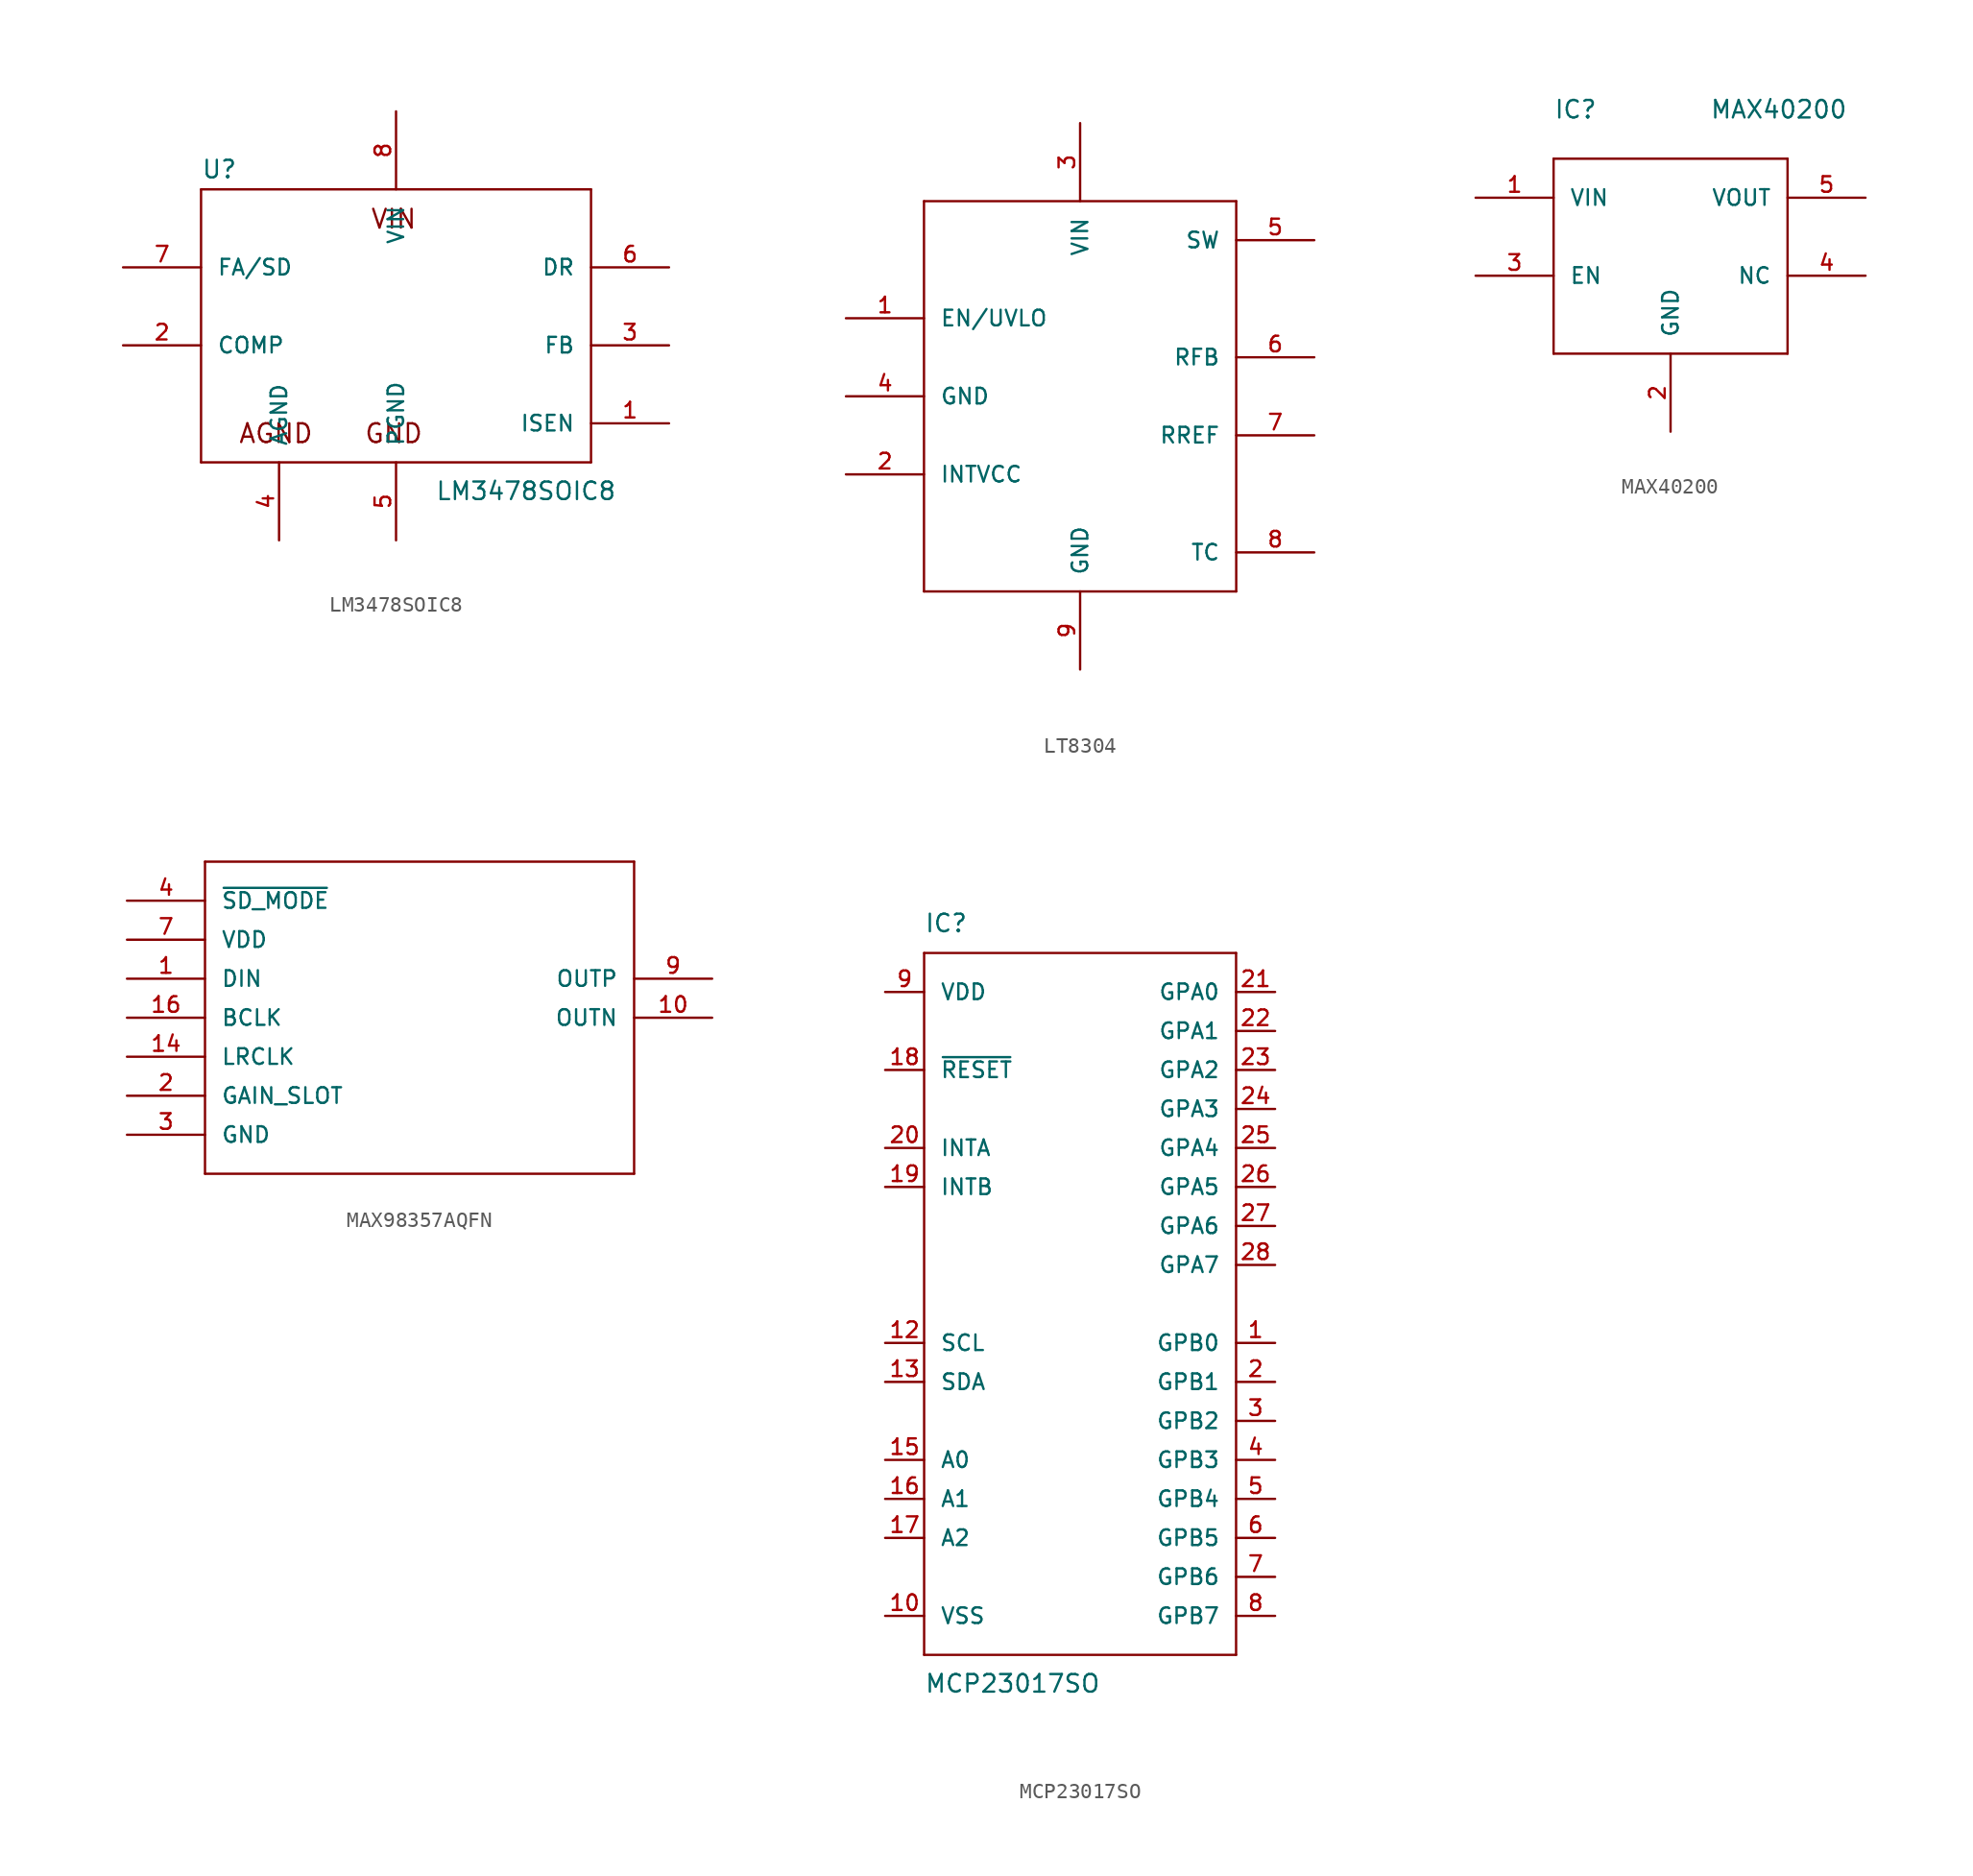
<source format=kicad_sym>
(kicad_symbol_lib
  (version 20241209)
  (generator "kicad_symbol_editor")
  (generator_version "9.0")
  (symbol "LM3478SOIC8"
    (pin_names
      (offset 1.016))
    (property "Reference" "U"
      (at -12.7 8.255 0)
      (effects (font (size 1.143 1.143)) (justify left bottom)))
    (property "Value" "LM3478SOIC8"
      (at 2.54 -12.7 0)
      (effects (font (size 1.143 1.143)) (justify left bottom)))
    (property "ki_locked" ""
      (at 0 0 0)
      (effects (font (size 1.27 1.27))))
    (symbol "LM3478SOIC8_1_0"
      (polyline (pts (xy -12.7 7.62) (xy 12.7 7.62)) (stroke (width 0) (type solid)) (fill (type none)))
      (polyline (pts (xy -12.7 -10.16) (xy -12.7 7.62)) (stroke (width 0) (type solid)) (fill (type none)))
      (polyline (pts (xy 12.7 7.62) (xy 12.7 -10.16)) (stroke (width 0) (type solid)) (fill (type none)))
      (polyline (pts (xy 12.7 -10.16) (xy -12.7 -10.16)) (stroke (width 0) (type solid)) (fill (type none)))
      (text "AGND" (at -7.823 -8.28 0) (effects (font (size 1.219 1.219))))
      (text "VIN" (at -0.152 5.69 0) (effects (font (size 1.219 1.219))))
      (text "GND" (at -0.152 -8.28 0) (effects (font (size 1.219 1.219)))))
    (symbol "LM3478SOIC8_1_1"
      (pin input line (at -17.78 2.54 0) (length 5.08) (name "FA/SD" (effects (font (size 1.016 1.016)))) (number "7" (effects (font (size 1.016 1.016)))))
      (pin input line (at -17.78 -2.54 0) (length 5.08) (name "COMP" (effects (font (size 1.016 1.016)))) (number "2" (effects (font (size 1.016 1.016)))))
      (pin power_in line (at -7.62 -15.24 90) (length 5.08) (name "AGND" (effects (font (size 1.016 1.016)))) (number "4" (effects (font (size 1.016 1.016)))))
      (pin power_in line (at 0 12.7 270) (length 5.08) (name "VIN" (effects (font (size 1.016 1.016)))) (number "8" (effects (font (size 1.016 1.016)))))
      (pin power_in line (at 0 -15.24 90) (length 5.08) (name "PGND" (effects (font (size 1.016 1.016)))) (number "5" (effects (font (size 1.016 1.016)))))
      (pin output line (at 17.78 2.54 180) (length 5.08) (name "DR" (effects (font (size 1.016 1.016)))) (number "6" (effects (font (size 1.016 1.016)))))
      (pin input line (at 17.78 -2.54 180) (length 5.08) (name "FB" (effects (font (size 1.016 1.016)))) (number "3" (effects (font (size 1.016 1.016)))))
      (pin input line (at 17.78 -7.62 180) (length 5.08) (name "ISEN" (effects (font (size 1.016 1.016)))) (number "1" (effects (font (size 1.016 1.016)))))))
  (symbol "LT8304"
    (pin_names
      (offset 1.016))
    (property "Reference" "U"
      (at 0 0 0)
      (effects (font (size 1.143 1.143)) (hide yes)))
    (property "ki_locked" ""
      (at 0 0 0)
      (effects (font (size 1.27 1.27))))
    (symbol "LT8304_1_0"
      (polyline (pts (xy -10.16 12.7) (xy -10.16 -12.7)) (stroke (width 0) (type solid)) (fill (type none)))
      (polyline (pts (xy -10.16 -12.7) (xy 10.16 -12.7)) (stroke (width 0) (type solid)) (fill (type none)))
      (polyline (pts (xy 10.16 12.7) (xy -10.16 12.7)) (stroke (width 0) (type solid)) (fill (type none)))
      (polyline (pts (xy 10.16 -12.7) (xy 10.16 12.7)) (stroke (width 0) (type solid)) (fill (type none))))
    (symbol "LT8304_1_1"
      (pin passive line (at -15.24 5.08 0) (length 5.08) (name "EN/UVLO" (effects (font (size 1.016 1.016)))) (number "1" (effects (font (size 1.016 1.016)))))
      (pin power_in line (at -15.24 0 0) (length 5.08) (name "GND" (effects (font (size 1.016 1.016)))) (number "4" (effects (font (size 1.016 1.016)))))
      (pin passive line (at -15.24 -5.08 0) (length 5.08) (name "INTVCC" (effects (font (size 1.016 1.016)))) (number "2" (effects (font (size 1.016 1.016)))))
      (pin power_in line (at 0 17.78 270) (length 5.08) (name "VIN" (effects (font (size 1.016 1.016)))) (number "3" (effects (font (size 1.016 1.016)))))
      (pin power_in line (at 0 -17.78 90) (length 5.08) (name "GND" (effects (font (size 1.016 1.016)))) (number "9" (effects (font (size 1.016 1.016)))))
      (pin passive line (at 15.24 10.16 180) (length 5.08) (name "SW" (effects (font (size 1.016 1.016)))) (number "5" (effects (font (size 1.016 1.016)))))
      (pin passive line (at 15.24 2.54 180) (length 5.08) (name "RFB" (effects (font (size 1.016 1.016)))) (number "6" (effects (font (size 1.016 1.016)))))
      (pin power_in line (at 15.24 -2.54 180) (length 5.08) (name "RREF" (effects (font (size 1.016 1.016)))) (number "7" (effects (font (size 1.016 1.016)))))
      (pin passive line (at 15.24 -10.16 180) (length 5.08) (name "TC" (effects (font (size 1.016 1.016)))) (number "8" (effects (font (size 1.016 1.016)))))))
  (symbol "MAX40200"
    (pin_names
      (offset 1.016))
    (property "Reference" "IC"
      (at -7.62 10.16 0)
      (effects (font (size 1.143 1.143)) (justify left bottom)))
    (property "Value" "MAX40200"
      (at 2.54 10.16 0)
      (effects (font (size 1.143 1.143)) (justify left bottom)))
    (property "ki_locked" ""
      (at 0 0 0)
      (effects (font (size 1.27 1.27))))
    (symbol "MAX40200_1_0"
      (polyline (pts (xy -7.62 7.62) (xy -7.62 -5.08)) (stroke (width 0) (type solid)) (fill (type none)))
      (polyline (pts (xy -7.62 -5.08) (xy 7.62 -5.08)) (stroke (width 0) (type solid)) (fill (type none)))
      (polyline (pts (xy 7.62 7.62) (xy -7.62 7.62)) (stroke (width 0) (type solid)) (fill (type none)))
      (polyline (pts (xy 7.62 -5.08) (xy 7.62 7.62)) (stroke (width 0) (type solid)) (fill (type none))))
    (symbol "MAX40200_1_1"
      (pin power_in line (at -12.7 5.08 0) (length 5.08) (name "VIN" (effects (font (size 1.016 1.016)))) (number "1" (effects (font (size 1.016 1.016)))))
      (pin input line (at -12.7 0 0) (length 5.08) (name "EN" (effects (font (size 1.016 1.016)))) (number "3" (effects (font (size 1.016 1.016)))))
      (pin power_in line (at 0 -10.16 90) (length 5.08) (name "GND" (effects (font (size 1.016 1.016)))) (number "2" (effects (font (size 1.016 1.016)))))
      (pin power_in line (at 12.7 5.08 180) (length 5.08) (name "VOUT" (effects (font (size 1.016 1.016)))) (number "5" (effects (font (size 1.016 1.016)))))
      (pin unspecified line (at 12.7 0 180) (length 5.08) (name "NC" (effects (font (size 1.016 1.016)))) (number "4" (effects (font (size 1.016 1.016)))))))
  (symbol "MAX98357AQFN"
    (pin_names
      (offset 1.016))
    (property "Reference" "U"
      (at 0 0 0)
      (effects (font (size 1.143 1.143)) (hide yes)))
    (property "ki_locked" ""
      (at 0 0 0)
      (effects (font (size 1.27 1.27))))
    (symbol "MAX98357AQFN_1_0"
      (polyline (pts (xy -12.7 10.16) (xy -12.7 -10.16)) (stroke (width 0) (type solid)) (fill (type none)))
      (polyline (pts (xy -12.7 -10.16) (xy 15.24 -10.16)) (stroke (width 0) (type solid)) (fill (type none)))
      (polyline (pts (xy 15.24 10.16) (xy -12.7 10.16)) (stroke (width 0) (type solid)) (fill (type none)))
      (polyline (pts (xy 15.24 -10.16) (xy 15.24 10.16)) (stroke (width 0) (type solid)) (fill (type none))))
    (symbol "MAX98357AQFN_1_1"
      (pin bidirectional line (at -17.78 7.62 0) (length 5.08) (name "~{SD_MODE}" (effects (font (size 1.016 1.016)))) (number "4" (effects (font (size 1.016 1.016)))))
      (pin bidirectional line (at -17.78 5.08 0) (length 5.08) (name "VDD" (effects (font (size 1.016 1.016)))) (number "7" (effects (font (size 1.016 1.016)))))
      (pin bidirectional line (at -17.78 5.08 0) (length 5.08) (hide yes) (name "VDD" (effects (font (size 1.016 1.016)))) (number "8" (effects (font (size 1.016 1.016)))))
      (pin bidirectional line (at -17.78 2.54 0) (length 5.08) (name "DIN" (effects (font (size 1.016 1.016)))) (number "1" (effects (font (size 1.016 1.016)))))
      (pin bidirectional line (at -17.78 0 0) (length 5.08) (name "BCLK" (effects (font (size 1.016 1.016)))) (number "16" (effects (font (size 1.016 1.016)))))
      (pin bidirectional line (at -17.78 -2.54 0) (length 5.08) (name "LRCLK" (effects (font (size 1.016 1.016)))) (number "14" (effects (font (size 1.016 1.016)))))
      (pin bidirectional line (at -17.78 -5.08 0) (length 5.08) (name "GAIN_SLOT" (effects (font (size 1.016 1.016)))) (number "2" (effects (font (size 1.016 1.016)))))
      (pin bidirectional line (at -17.78 -7.62 0) (length 5.08) (hide yes) (name "GND" (effects (font (size 1.016 1.016)))) (number "11" (effects (font (size 1.016 1.016)))))
      (pin bidirectional line (at -17.78 -7.62 0) (length 5.08) (hide yes) (name "GND" (effects (font (size 1.016 1.016)))) (number "15" (effects (font (size 1.016 1.016)))))
      (pin bidirectional line (at -17.78 -7.62 0) (length 5.08) (name "GND" (effects (font (size 1.016 1.016)))) (number "3" (effects (font (size 1.016 1.016)))))
      (pin bidirectional line (at -17.78 -7.62 0) (length 5.08) (hide yes) (name "GND" (effects (font (size 1.016 1.016)))) (number "TH" (effects (font (size 1.016 1.016)))))
      (pin bidirectional line (at 20.32 2.54 180) (length 5.08) (name "OUTP" (effects (font (size 1.016 1.016)))) (number "9" (effects (font (size 1.016 1.016)))))
      (pin bidirectional line (at 20.32 0 180) (length 5.08) (name "OUTN" (effects (font (size 1.016 1.016)))) (number "10" (effects (font (size 1.016 1.016)))))))
  (symbol "MCP23017SO"
    (pin_names
      (offset 1.016))
    (property "Reference" "IC"
      (at -10.16 24.13 0)
      (effects (font (size 1.143 1.143)) (justify left bottom)))
    (property "Value" "MCP23017SO"
      (at -10.16 -25.4 0)
      (effects (font (size 1.143 1.143)) (justify left bottom)))
    (property "ki_locked" ""
      (at 0 0 0)
      (effects (font (size 1.27 1.27))))
    (symbol "MCP23017SO_1_0"
      (polyline (pts (xy -10.16 22.86) (xy 10.16 22.86)) (stroke (width 0) (type solid)) (fill (type none)))
      (polyline (pts (xy -10.16 -22.86) (xy -10.16 22.86)) (stroke (width 0) (type solid)) (fill (type none)))
      (polyline (pts (xy 10.16 22.86) (xy 10.16 -22.86)) (stroke (width 0) (type solid)) (fill (type none)))
      (polyline (pts (xy 10.16 -22.86) (xy -10.16 -22.86)) (stroke (width 0) (type solid)) (fill (type none))))
    (symbol "MCP23017SO_1_1"
      (pin power_in line (at -12.7 20.32 0) (length 2.54) (name "VDD" (effects (font (size 1.016 1.016)))) (number "9" (effects (font (size 1.016 1.016)))))
      (pin input line (at -12.7 15.24 0) (length 2.54) (name "~{RESET}" (effects (font (size 1.016 1.016)))) (number "18" (effects (font (size 1.016 1.016)))))
      (pin output line (at -12.7 10.16 0) (length 2.54) (name "INTA" (effects (font (size 1.016 1.016)))) (number "20" (effects (font (size 1.016 1.016)))))
      (pin output line (at -12.7 7.62 0) (length 2.54) (name "INTB" (effects (font (size 1.016 1.016)))) (number "19" (effects (font (size 1.016 1.016)))))
      (pin input line (at -12.7 -2.54 0) (length 2.54) (name "SCL" (effects (font (size 1.016 1.016)))) (number "12" (effects (font (size 1.016 1.016)))))
      (pin bidirectional line (at -12.7 -5.08 0) (length 2.54) (name "SDA" (effects (font (size 1.016 1.016)))) (number "13" (effects (font (size 1.016 1.016)))))
      (pin input line (at -12.7 -10.16 0) (length 2.54) (name "A0" (effects (font (size 1.016 1.016)))) (number "15" (effects (font (size 1.016 1.016)))))
      (pin input line (at -12.7 -12.7 0) (length 2.54) (name "A1" (effects (font (size 1.016 1.016)))) (number "16" (effects (font (size 1.016 1.016)))))
      (pin input line (at -12.7 -15.24 0) (length 2.54) (name "A2" (effects (font (size 1.016 1.016)))) (number "17" (effects (font (size 1.016 1.016)))))
      (pin power_in line (at -12.7 -20.32 0) (length 2.54) (name "VSS" (effects (font (size 1.016 1.016)))) (number "10" (effects (font (size 1.016 1.016)))))
      (pin bidirectional line (at 12.7 20.32 180) (length 2.54) (name "GPA0" (effects (font (size 1.016 1.016)))) (number "21" (effects (font (size 1.016 1.016)))))
      (pin bidirectional line (at 12.7 17.78 180) (length 2.54) (name "GPA1" (effects (font (size 1.016 1.016)))) (number "22" (effects (font (size 1.016 1.016)))))
      (pin bidirectional line (at 12.7 15.24 180) (length 2.54) (name "GPA2" (effects (font (size 1.016 1.016)))) (number "23" (effects (font (size 1.016 1.016)))))
      (pin bidirectional line (at 12.7 12.7 180) (length 2.54) (name "GPA3" (effects (font (size 1.016 1.016)))) (number "24" (effects (font (size 1.016 1.016)))))
      (pin bidirectional line (at 12.7 10.16 180) (length 2.54) (name "GPA4" (effects (font (size 1.016 1.016)))) (number "25" (effects (font (size 1.016 1.016)))))
      (pin bidirectional line (at 12.7 7.62 180) (length 2.54) (name "GPA5" (effects (font (size 1.016 1.016)))) (number "26" (effects (font (size 1.016 1.016)))))
      (pin bidirectional line (at 12.7 5.08 180) (length 2.54) (name "GPA6" (effects (font (size 1.016 1.016)))) (number "27" (effects (font (size 1.016 1.016)))))
      (pin bidirectional line (at 12.7 2.54 180) (length 2.54) (name "GPA7" (effects (font (size 1.016 1.016)))) (number "28" (effects (font (size 1.016 1.016)))))
      (pin bidirectional line (at 12.7 -2.54 180) (length 2.54) (name "GPB0" (effects (font (size 1.016 1.016)))) (number "1" (effects (font (size 1.016 1.016)))))
      (pin bidirectional line (at 12.7 -5.08 180) (length 2.54) (name "GPB1" (effects (font (size 1.016 1.016)))) (number "2" (effects (font (size 1.016 1.016)))))
      (pin bidirectional line (at 12.7 -7.62 180) (length 2.54) (name "GPB2" (effects (font (size 1.016 1.016)))) (number "3" (effects (font (size 1.016 1.016)))))
      (pin bidirectional line (at 12.7 -10.16 180) (length 2.54) (name "GPB3" (effects (font (size 1.016 1.016)))) (number "4" (effects (font (size 1.016 1.016)))))
      (pin bidirectional line (at 12.7 -12.7 180) (length 2.54) (name "GPB4" (effects (font (size 1.016 1.016)))) (number "5" (effects (font (size 1.016 1.016)))))
      (pin bidirectional line (at 12.7 -15.24 180) (length 2.54) (name "GPB5" (effects (font (size 1.016 1.016)))) (number "6" (effects (font (size 1.016 1.016)))))
      (pin bidirectional line (at 12.7 -17.78 180) (length 2.54) (name "GPB6" (effects (font (size 1.016 1.016)))) (number "7" (effects (font (size 1.016 1.016)))))
      (pin bidirectional line (at 12.7 -20.32 180) (length 2.54) (name "GPB7" (effects (font (size 1.016 1.016)))) (number "8" (effects (font (size 1.016 1.016))))))))
</source>
